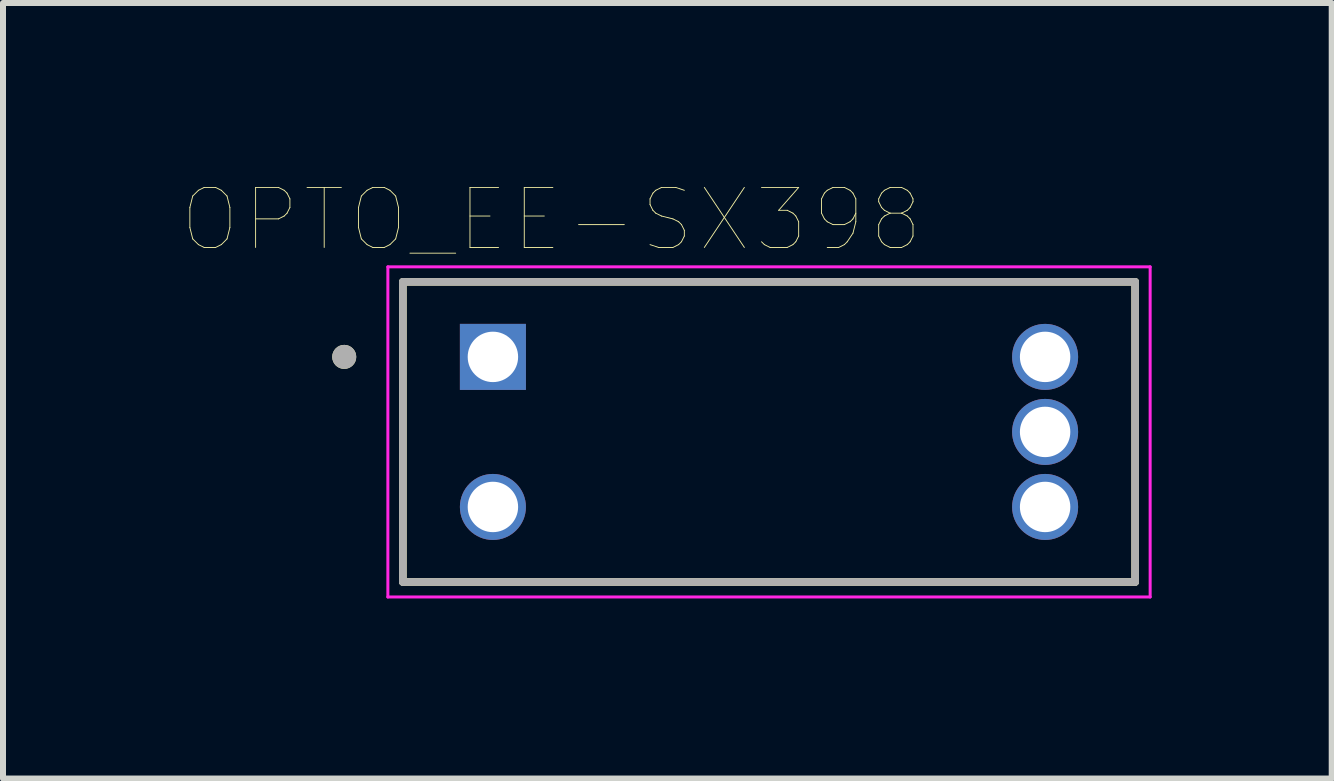
<source format=kicad_pcb>
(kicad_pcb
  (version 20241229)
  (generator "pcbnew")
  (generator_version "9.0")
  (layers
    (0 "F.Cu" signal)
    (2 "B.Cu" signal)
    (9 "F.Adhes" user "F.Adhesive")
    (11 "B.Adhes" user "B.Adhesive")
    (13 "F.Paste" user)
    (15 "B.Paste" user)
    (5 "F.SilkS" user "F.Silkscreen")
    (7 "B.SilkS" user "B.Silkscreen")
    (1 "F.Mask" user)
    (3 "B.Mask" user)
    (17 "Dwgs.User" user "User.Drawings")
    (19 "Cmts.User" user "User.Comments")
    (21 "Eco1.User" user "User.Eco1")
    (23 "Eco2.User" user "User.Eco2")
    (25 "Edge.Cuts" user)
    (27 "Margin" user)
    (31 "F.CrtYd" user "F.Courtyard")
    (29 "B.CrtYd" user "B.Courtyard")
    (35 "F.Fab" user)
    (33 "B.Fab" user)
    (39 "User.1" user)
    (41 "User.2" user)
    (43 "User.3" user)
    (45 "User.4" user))
  (footprint "OPTO_EE-SX398"
    (layer "F.Cu")
    (at 9.762 4.146)
    (property "Reference" "OPTO_EE-SX398" (at -3.625 -3.535 0) (layer "F.SilkS") (effects (font (size 1 1) (thickness 0.015))))
    (attr through_hole)
    (fp_line (start -6.1 -2.5) (end -6.1 2.5) (stroke (width 0.127) (type solid)) (layer "F.SilkS"))
    (fp_line (start 6.1 -2.5) (end -6.1 -2.5) (stroke (width 0.127) (type solid)) (layer "F.SilkS"))
    (fp_line (start 6.1 2.5) (end -6.1 2.5) (stroke (width 0.127) (type solid)) (layer "F.SilkS"))
    (fp_line (start 6.1 2.5) (end 6.1 -2.5) (stroke (width 0.127) (type solid)) (layer "F.SilkS"))
    (fp_circle (center -7.077 -1.25) (end -6.977 -1.25) (stroke (width 0.2) (type solid)) (fill no) (layer "F.SilkS"))
    (fp_line (start -6.35 -2.75) (end -6.35 2.75) (stroke (width 0.05) (type solid)) (layer "F.CrtYd"))
    (fp_line (start -6.35 2.75) (end 6.35 2.75) (stroke (width 0.05) (type solid)) (layer "F.CrtYd"))
    (fp_line (start 6.35 -2.75) (end -6.35 -2.75) (stroke (width 0.05) (type solid)) (layer "F.CrtYd"))
    (fp_line (start 6.35 2.75) (end 6.35 -2.75) (stroke (width 0.05) (type solid)) (layer "F.CrtYd"))
    (fp_line (start -6.1 -2.5) (end -6.1 2.5) (stroke (width 0.127) (type solid)) (layer "F.Fab"))
    (fp_line (start 6.1 -2.5) (end -6.1 -2.5) (stroke (width 0.127) (type solid)) (layer "F.Fab"))
    (fp_line (start 6.1 2.5) (end -6.1 2.5) (stroke (width 0.127) (type solid)) (layer "F.Fab"))
    (fp_line (start 6.1 2.5) (end 6.1 -2.5) (stroke (width 0.127) (type solid)) (layer "F.Fab"))
    (fp_circle (center -7.077 -1.25) (end -6.977 -1.25) (stroke (width 0.2) (type solid)) (fill no) (layer "F.Fab"))
    (pad "A" thru_hole rect (at -4.6 -1.25) (size 1.1 1.1) (drill 0.84) (layers "*.Cu" "*.Mask"))
    (pad "G" thru_hole circle (at 4.6 -1.25) (size 1.1 1.1) (drill 0.84) (layers "*.Cu" "*.Mask"))
    (pad "K" thru_hole circle (at -4.6 1.25) (size 1.1 1.1) (drill 0.84) (layers "*.Cu" "*.Mask"))
    (pad "O" thru_hole circle (at 4.6 0) (size 1.1 1.1) (drill 0.84) (layers "*.Cu" "*.Mask"))
    (pad "V" thru_hole circle (at 4.6 1.25) (size 1.1 1.1) (drill 0.84) (layers "*.Cu" "*.Mask")))
  (gr_rect
    (start -3 -3)
    (end 19.137 9.921)
    (stroke (width 0.1) (type default))
    (fill no)
    (layer "Edge.Cuts")))
</source>
